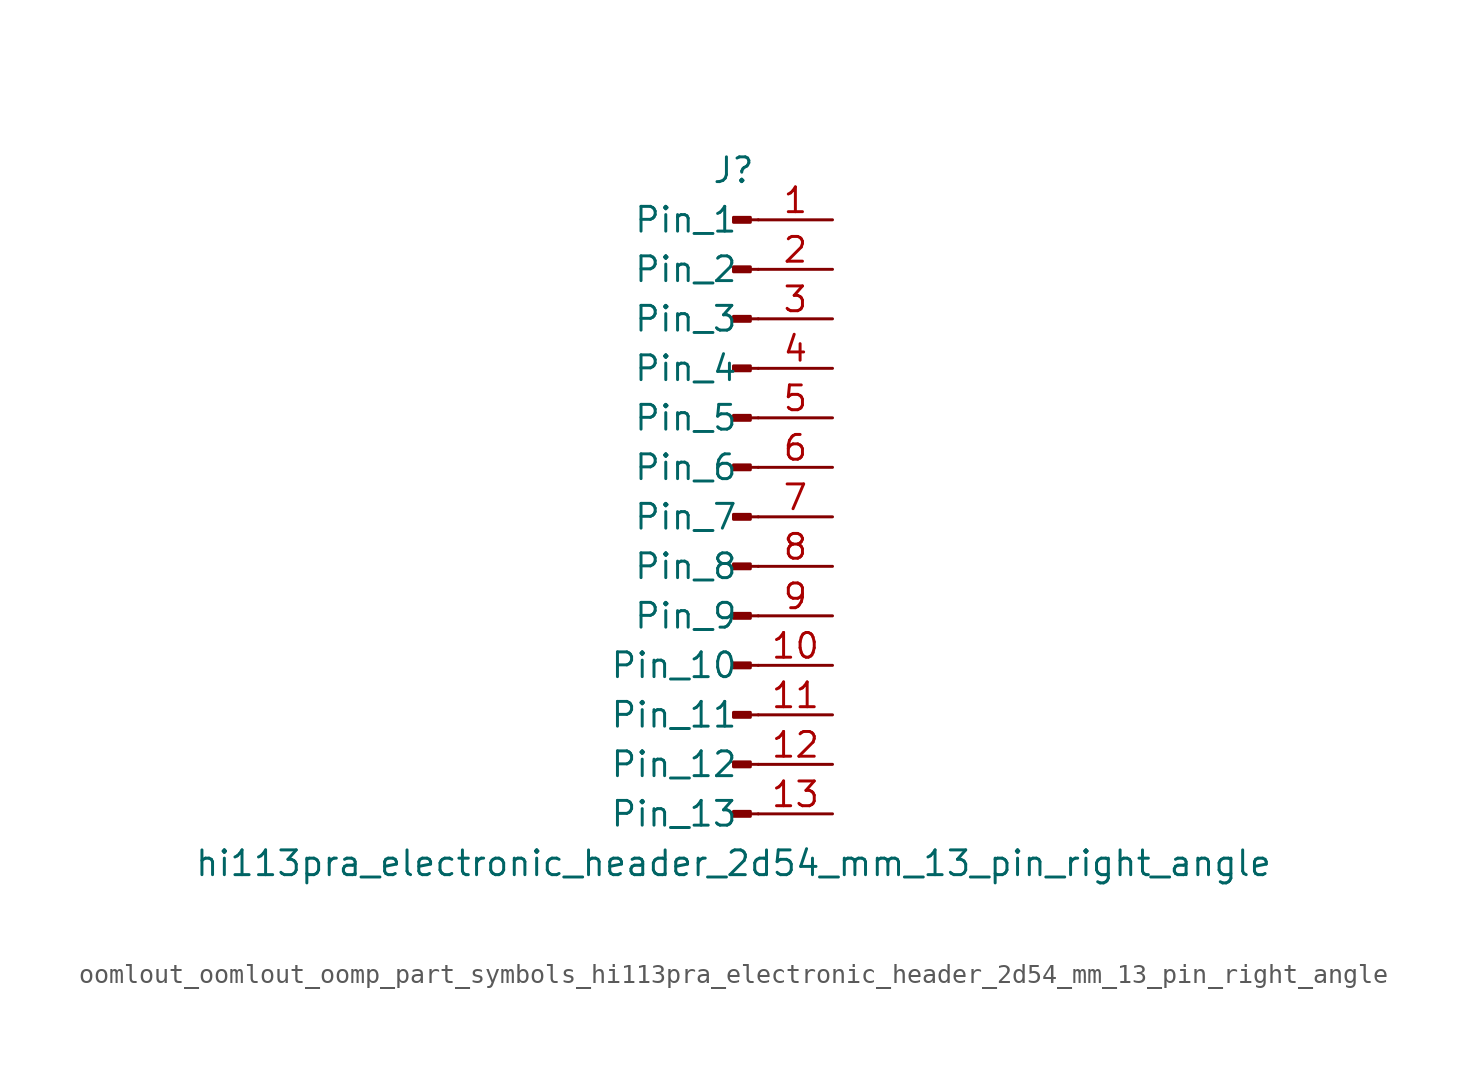
<source format=kicad_sym>
(kicad_symbol_lib
  (version 20220914)
  (generator kicad_symbol_editor)
  (symbol "oomlout_oomlout_oomp_part_symbols_hi113pra_electronic_header_2d54_mm_13_pin_right_angle"
    (pin_names
      (offset 1.016))
    (property "Reference" "J"
      (at 0 17.78 0)
      (effects (font (size 1.27 1.27))))
    (property "Value" "hi113pra_electronic_header_2d54_mm_13_pin_right_angle"
      (at 0 -17.78 0)
      (effects (font (size 1.27 1.27))))
    (property "ki_locked" ""
      (at 0 0 0)
      (effects (font (size 1.27 1.27))))
    (symbol "oomlout_oomlout_oomp_part_symbols_hi113pra_electronic_header_2d54_mm_13_pin_right_angle_1_1"
      (polyline (pts (xy 1.27 -15.24) (xy 0.864 -15.24)) (stroke (width 0.152) (type default)) (fill (type none)))
      (polyline (pts (xy 1.27 -12.7) (xy 0.864 -12.7)) (stroke (width 0.152) (type default)) (fill (type none)))
      (polyline (pts (xy 1.27 -10.16) (xy 0.864 -10.16)) (stroke (width 0.152) (type default)) (fill (type none)))
      (polyline (pts (xy 1.27 -7.62) (xy 0.864 -7.62)) (stroke (width 0.152) (type default)) (fill (type none)))
      (polyline (pts (xy 1.27 -5.08) (xy 0.864 -5.08)) (stroke (width 0.152) (type default)) (fill (type none)))
      (polyline (pts (xy 1.27 -2.54) (xy 0.864 -2.54)) (stroke (width 0.152) (type default)) (fill (type none)))
      (polyline (pts (xy 1.27 0) (xy 0.864 0)) (stroke (width 0.152) (type default)) (fill (type none)))
      (polyline (pts (xy 1.27 2.54) (xy 0.864 2.54)) (stroke (width 0.152) (type default)) (fill (type none)))
      (polyline (pts (xy 1.27 5.08) (xy 0.864 5.08)) (stroke (width 0.152) (type default)) (fill (type none)))
      (polyline (pts (xy 1.27 7.62) (xy 0.864 7.62)) (stroke (width 0.152) (type default)) (fill (type none)))
      (polyline (pts (xy 1.27 10.16) (xy 0.864 10.16)) (stroke (width 0.152) (type default)) (fill (type none)))
      (polyline (pts (xy 1.27 12.7) (xy 0.864 12.7)) (stroke (width 0.152) (type default)) (fill (type none)))
      (polyline (pts (xy 1.27 15.24) (xy 0.864 15.24)) (stroke (width 0.152) (type default)) (fill (type none)))
      (rectangle (start 0.864 -15.113) (end 0 -15.367) (stroke (width 0.152) (type default)) (fill (type outline)))
      (rectangle (start 0.864 -12.573) (end 0 -12.827) (stroke (width 0.152) (type default)) (fill (type outline)))
      (rectangle (start 0.864 -10.033) (end 0 -10.287) (stroke (width 0.152) (type default)) (fill (type outline)))
      (rectangle (start 0.864 -7.493) (end 0 -7.747) (stroke (width 0.152) (type default)) (fill (type outline)))
      (rectangle (start 0.864 -4.953) (end 0 -5.207) (stroke (width 0.152) (type default)) (fill (type outline)))
      (rectangle (start 0.864 -2.413) (end 0 -2.667) (stroke (width 0.152) (type default)) (fill (type outline)))
      (rectangle (start 0.864 0.127) (end 0 -0.127) (stroke (width 0.152) (type default)) (fill (type outline)))
      (rectangle (start 0.864 2.667) (end 0 2.413) (stroke (width 0.152) (type default)) (fill (type outline)))
      (rectangle (start 0.864 5.207) (end 0 4.953) (stroke (width 0.152) (type default)) (fill (type outline)))
      (rectangle (start 0.864 7.747) (end 0 7.493) (stroke (width 0.152) (type default)) (fill (type outline)))
      (rectangle (start 0.864 10.287) (end 0 10.033) (stroke (width 0.152) (type default)) (fill (type outline)))
      (rectangle (start 0.864 12.827) (end 0 12.573) (stroke (width 0.152) (type default)) (fill (type outline)))
      (rectangle (start 0.864 15.367) (end 0 15.113) (stroke (width 0.152) (type default)) (fill (type outline)))
      (pin passive line (at 5.08 15.24 180) (length 3.81) (name "Pin_1" (effects (font (size 1.27 1.27)))) (number "1" (effects (font (size 1.27 1.27)))))
      (pin passive line (at 5.08 -7.62 180) (length 3.81) (name "Pin_10" (effects (font (size 1.27 1.27)))) (number "10" (effects (font (size 1.27 1.27)))))
      (pin passive line (at 5.08 -10.16 180) (length 3.81) (name "Pin_11" (effects (font (size 1.27 1.27)))) (number "11" (effects (font (size 1.27 1.27)))))
      (pin passive line (at 5.08 -12.7 180) (length 3.81) (name "Pin_12" (effects (font (size 1.27 1.27)))) (number "12" (effects (font (size 1.27 1.27)))))
      (pin passive line (at 5.08 -15.24 180) (length 3.81) (name "Pin_13" (effects (font (size 1.27 1.27)))) (number "13" (effects (font (size 1.27 1.27)))))
      (pin passive line (at 5.08 12.7 180) (length 3.81) (name "Pin_2" (effects (font (size 1.27 1.27)))) (number "2" (effects (font (size 1.27 1.27)))))
      (pin passive line (at 5.08 10.16 180) (length 3.81) (name "Pin_3" (effects (font (size 1.27 1.27)))) (number "3" (effects (font (size 1.27 1.27)))))
      (pin passive line (at 5.08 7.62 180) (length 3.81) (name "Pin_4" (effects (font (size 1.27 1.27)))) (number "4" (effects (font (size 1.27 1.27)))))
      (pin passive line (at 5.08 5.08 180) (length 3.81) (name "Pin_5" (effects (font (size 1.27 1.27)))) (number "5" (effects (font (size 1.27 1.27)))))
      (pin passive line (at 5.08 2.54 180) (length 3.81) (name "Pin_6" (effects (font (size 1.27 1.27)))) (number "6" (effects (font (size 1.27 1.27)))))
      (pin passive line (at 5.08 0 180) (length 3.81) (name "Pin_7" (effects (font (size 1.27 1.27)))) (number "7" (effects (font (size 1.27 1.27)))))
      (pin passive line (at 5.08 -2.54 180) (length 3.81) (name "Pin_8" (effects (font (size 1.27 1.27)))) (number "8" (effects (font (size 1.27 1.27)))))
      (pin passive line (at 5.08 -5.08 180) (length 3.81) (name "Pin_9" (effects (font (size 1.27 1.27)))) (number "9" (effects (font (size 1.27 1.27))))))))
</source>
